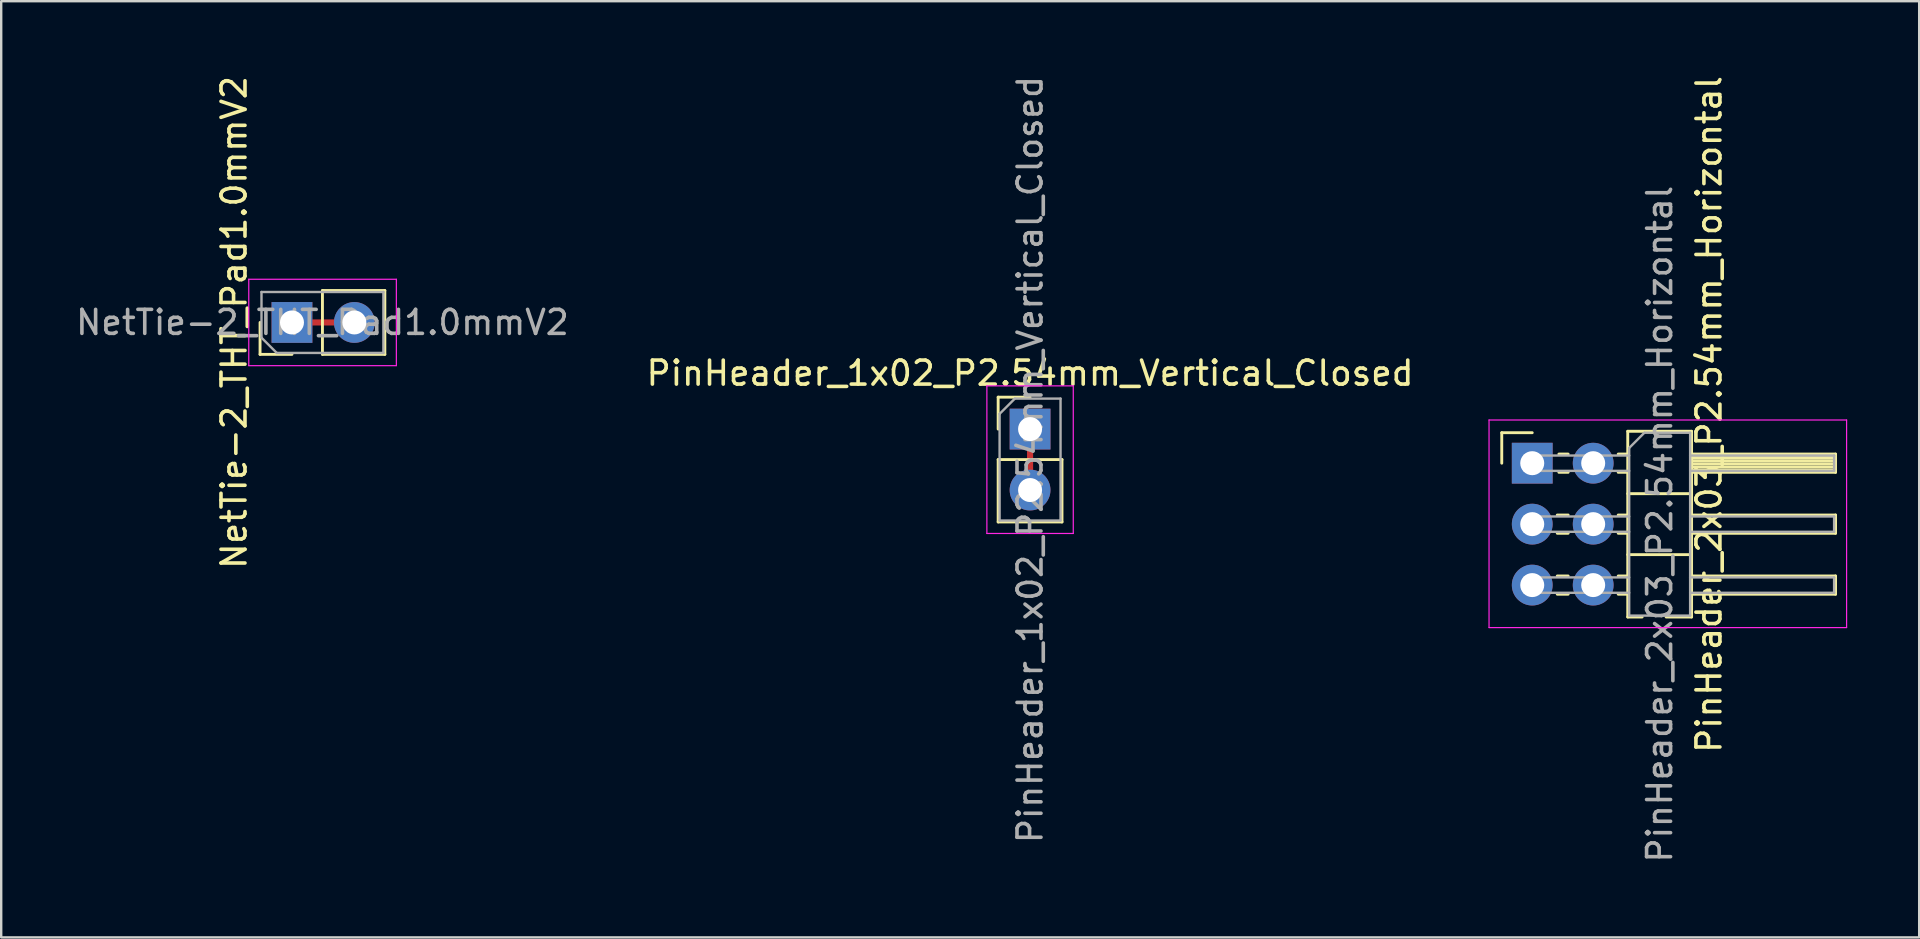
<source format=kicad_pcb>
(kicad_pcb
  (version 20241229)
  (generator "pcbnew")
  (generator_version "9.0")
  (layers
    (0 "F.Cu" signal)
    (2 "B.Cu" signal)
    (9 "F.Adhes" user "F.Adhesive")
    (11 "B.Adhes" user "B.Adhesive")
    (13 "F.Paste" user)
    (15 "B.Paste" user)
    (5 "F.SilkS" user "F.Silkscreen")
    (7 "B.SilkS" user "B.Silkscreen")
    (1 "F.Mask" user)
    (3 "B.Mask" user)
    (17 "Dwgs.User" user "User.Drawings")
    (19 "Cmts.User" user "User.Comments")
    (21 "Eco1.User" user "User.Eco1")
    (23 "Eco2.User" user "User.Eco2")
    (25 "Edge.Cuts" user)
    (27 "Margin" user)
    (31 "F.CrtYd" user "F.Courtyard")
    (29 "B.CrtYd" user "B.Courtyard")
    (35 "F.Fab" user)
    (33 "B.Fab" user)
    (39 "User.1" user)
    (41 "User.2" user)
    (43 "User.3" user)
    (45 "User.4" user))
  (footprint "PinHeader_2x03_P2.54mm_Horizontal"
    (layer "F.Cu")
    (at 60.801 16.252)
    (property "Reference" "PinHeader_2x03_P2.54mm_Horizontal" (at 7.366 -2.032 90) (layer "F.SilkS") (effects (font (size 1 1) (thickness 0.15))))
    (attr through_hole)
    (fp_line (start -1.27 -1.27) (end 0 -1.27) (stroke (width 0.12) (type solid)) (layer "F.SilkS"))
    (fp_line (start -1.27 0) (end -1.27 -1.27) (stroke (width 0.12) (type solid)) (layer "F.SilkS"))
    (fp_line (start 1.043 2.16) (end 1.497 2.16) (stroke (width 0.12) (type solid)) (layer "F.SilkS"))
    (fp_line (start 1.043 2.92) (end 1.497 2.92) (stroke (width 0.12) (type solid)) (layer "F.SilkS"))
    (fp_line (start 1.043 4.7) (end 1.497 4.7) (stroke (width 0.12) (type solid)) (layer "F.SilkS"))
    (fp_line (start 1.043 5.46) (end 1.497 5.46) (stroke (width 0.12) (type solid)) (layer "F.SilkS"))
    (fp_line (start 1.11 -0.38) (end 1.497 -0.38) (stroke (width 0.12) (type solid)) (layer "F.SilkS"))
    (fp_line (start 1.11 0.38) (end 1.497 0.38) (stroke (width 0.12) (type solid)) (layer "F.SilkS"))
    (fp_line (start 3.583 -0.38) (end 3.98 -0.38) (stroke (width 0.12) (type solid)) (layer "F.SilkS"))
    (fp_line (start 3.583 0.38) (end 3.98 0.38) (stroke (width 0.12) (type solid)) (layer "F.SilkS"))
    (fp_line (start 3.583 2.16) (end 3.98 2.16) (stroke (width 0.12) (type solid)) (layer "F.SilkS"))
    (fp_line (start 3.583 2.92) (end 3.98 2.92) (stroke (width 0.12) (type solid)) (layer "F.SilkS"))
    (fp_line (start 3.583 4.7) (end 3.98 4.7) (stroke (width 0.12) (type solid)) (layer "F.SilkS"))
    (fp_line (start 3.583 5.46) (end 3.98 5.46) (stroke (width 0.12) (type solid)) (layer "F.SilkS"))
    (fp_line (start 3.98 -1.33) (end 3.98 6.41) (stroke (width 0.12) (type solid)) (layer "F.SilkS"))
    (fp_line (start 3.98 1.27) (end 6.64 1.27) (stroke (width 0.12) (type solid)) (layer "F.SilkS"))
    (fp_line (start 3.98 3.81) (end 6.64 3.81) (stroke (width 0.12) (type solid)) (layer "F.SilkS"))
    (fp_line (start 3.98 6.41) (end 4.58 6.41) (stroke (width 0.12) (type solid)) (layer "F.SilkS"))
    (fp_line (start 5.58 6.41) (end 6.64 6.41) (stroke (width 0.12) (type solid)) (layer "F.SilkS"))
    (fp_line (start 6.64 -1.33) (end 3.98 -1.33) (stroke (width 0.12) (type solid)) (layer "F.SilkS"))
    (fp_line (start 6.64 -0.38) (end 12.64 -0.38) (stroke (width 0.12) (type solid)) (layer "F.SilkS"))
    (fp_line (start 6.64 -0.32) (end 12.64 -0.32) (stroke (width 0.12) (type solid)) (layer "F.SilkS"))
    (fp_line (start 6.64 -0.2) (end 12.64 -0.2) (stroke (width 0.12) (type solid)) (layer "F.SilkS"))
    (fp_line (start 6.64 -0.08) (end 12.64 -0.08) (stroke (width 0.12) (type solid)) (layer "F.SilkS"))
    (fp_line (start 6.64 0.04) (end 12.64 0.04) (stroke (width 0.12) (type solid)) (layer "F.SilkS"))
    (fp_line (start 6.64 0.16) (end 12.64 0.16) (stroke (width 0.12) (type solid)) (layer "F.SilkS"))
    (fp_line (start 6.64 0.28) (end 12.64 0.28) (stroke (width 0.12) (type solid)) (layer "F.SilkS"))
    (fp_line (start 6.64 2.16) (end 12.64 2.16) (stroke (width 0.12) (type solid)) (layer "F.SilkS"))
    (fp_line (start 6.64 4.7) (end 12.64 4.7) (stroke (width 0.12) (type solid)) (layer "F.SilkS"))
    (fp_line (start 6.64 6.41) (end 6.64 -1.33) (stroke (width 0.12) (type solid)) (layer "F.SilkS"))
    (fp_line (start 12.64 -0.38) (end 12.64 0.38) (stroke (width 0.12) (type solid)) (layer "F.SilkS"))
    (fp_line (start 12.64 0.38) (end 6.64 0.38) (stroke (width 0.12) (type solid)) (layer "F.SilkS"))
    (fp_line (start 12.64 2.16) (end 12.64 2.92) (stroke (width 0.12) (type solid)) (layer "F.SilkS"))
    (fp_line (start 12.64 2.92) (end 6.64 2.92) (stroke (width 0.12) (type solid)) (layer "F.SilkS"))
    (fp_line (start 12.64 4.7) (end 12.64 5.46) (stroke (width 0.12) (type solid)) (layer "F.SilkS"))
    (fp_line (start 12.64 5.46) (end 6.64 5.46) (stroke (width 0.12) (type solid)) (layer "F.SilkS"))
    (fp_line (start -1.8 -1.8) (end -1.8 6.85) (stroke (width 0.05) (type solid)) (layer "F.CrtYd"))
    (fp_line (start -1.8 6.85) (end 13.1 6.85) (stroke (width 0.05) (type solid)) (layer "F.CrtYd"))
    (fp_line (start 13.1 -1.8) (end -1.8 -1.8) (stroke (width 0.05) (type solid)) (layer "F.CrtYd"))
    (fp_line (start 13.1 6.85) (end 13.1 -1.8) (stroke (width 0.05) (type solid)) (layer "F.CrtYd"))
    (fp_line (start -0.32 -0.32) (end -0.32 0.32) (stroke (width 0.1) (type solid)) (layer "F.Fab"))
    (fp_line (start -0.32 -0.32) (end 4.04 -0.32) (stroke (width 0.1) (type solid)) (layer "F.Fab"))
    (fp_line (start -0.32 0.32) (end 4.04 0.32) (stroke (width 0.1) (type solid)) (layer "F.Fab"))
    (fp_line (start -0.32 2.22) (end -0.32 2.86) (stroke (width 0.1) (type solid)) (layer "F.Fab"))
    (fp_line (start -0.32 2.22) (end 4.04 2.22) (stroke (width 0.1) (type solid)) (layer "F.Fab"))
    (fp_line (start -0.32 2.86) (end 4.04 2.86) (stroke (width 0.1) (type solid)) (layer "F.Fab"))
    (fp_line (start -0.32 4.76) (end -0.32 5.4) (stroke (width 0.1) (type solid)) (layer "F.Fab"))
    (fp_line (start -0.32 4.76) (end 4.04 4.76) (stroke (width 0.1) (type solid)) (layer "F.Fab"))
    (fp_line (start -0.32 5.4) (end 4.04 5.4) (stroke (width 0.1) (type solid)) (layer "F.Fab"))
    (fp_line (start 4.04 -0.635) (end 4.675 -1.27) (stroke (width 0.1) (type solid)) (layer "F.Fab"))
    (fp_line (start 4.04 6.35) (end 4.04 -0.635) (stroke (width 0.1) (type solid)) (layer "F.Fab"))
    (fp_line (start 4.675 -1.27) (end 6.58 -1.27) (stroke (width 0.1) (type solid)) (layer "F.Fab"))
    (fp_line (start 6.58 -1.27) (end 6.58 6.35) (stroke (width 0.1) (type solid)) (layer "F.Fab"))
    (fp_line (start 6.58 -0.32) (end 12.58 -0.32) (stroke (width 0.1) (type solid)) (layer "F.Fab"))
    (fp_line (start 6.58 0.32) (end 12.58 0.32) (stroke (width 0.1) (type solid)) (layer "F.Fab"))
    (fp_line (start 6.58 2.22) (end 12.58 2.22) (stroke (width 0.1) (type solid)) (layer "F.Fab"))
    (fp_line (start 6.58 2.86) (end 12.58 2.86) (stroke (width 0.1) (type solid)) (layer "F.Fab"))
    (fp_line (start 6.58 4.76) (end 12.58 4.76) (stroke (width 0.1) (type solid)) (layer "F.Fab"))
    (fp_line (start 6.58 5.4) (end 12.58 5.4) (stroke (width 0.1) (type solid)) (layer "F.Fab"))
    (fp_line (start 6.58 6.35) (end 4.04 6.35) (stroke (width 0.1) (type solid)) (layer "F.Fab"))
    (fp_line (start 12.58 -0.32) (end 12.58 0.32) (stroke (width 0.1) (type solid)) (layer "F.Fab"))
    (fp_line (start 12.58 2.22) (end 12.58 2.86) (stroke (width 0.1) (type solid)) (layer "F.Fab"))
    (fp_line (start 12.58 4.76) (end 12.58 5.4) (stroke (width 0.1) (type solid)) (layer "F.Fab"))
    (fp_text user "${REFERENCE}" (at 5.31 2.54 270) (layer "F.Fab") (effects (font (size 1 1) (thickness 0.15))))
    (pad "1" thru_hole rect (at 0 0) (size 1.7 1.7) (drill 1) (layers "*.Cu" "*.Mask"))
    (pad "2" thru_hole oval (at 2.54 0) (size 1.7 1.7) (drill 1) (layers "*.Cu" "*.Mask"))
    (pad "3" thru_hole oval (at 0 2.54) (size 1.7 1.7) (drill 1) (layers "*.Cu" "*.Mask"))
    (pad "4" thru_hole oval (at 2.54 2.54) (size 1.7 1.7) (drill 1) (layers "*.Cu" "*.Mask"))
    (pad "5" thru_hole oval (at 0 5.08) (size 1.7 1.7) (drill 1) (layers "*.Cu" "*.Mask"))
    (pad "6" thru_hole oval (at 2.54 5.08) (size 1.7 1.7) (drill 1) (layers "*.Cu" "*.Mask")))
  (footprint "NetTie-2_THT_Pad1.0mmV2"
    (layer "F.Cu")
    (at 9.117 10.387)
    (property "Reference" "NetTie-2_THT_Pad1.0mmV2" (at -2.413 0 270) (layer "F.SilkS") (effects (font (size 1 1) (thickness 0.15))))
    (attr exclude_from_pos_files)
    (fp_poly (pts (xy 0 -0.127) (xy 2.6 -0.127) (xy 2.6 0.127) (xy 0 0.127)) (stroke (width 0) (type solid)) (fill yes) (layer "F.Cu"))
    (fp_line (start -1.33 1.33) (end -1.33 0) (stroke (width 0.12) (type solid)) (layer "F.SilkS"))
    (fp_line (start 0 1.33) (end -1.33 1.33) (stroke (width 0.12) (type solid)) (layer "F.SilkS"))
    (fp_line (start 1.27 -1.33) (end 3.87 -1.33) (stroke (width 0.12) (type solid)) (layer "F.SilkS"))
    (fp_line (start 1.27 1.33) (end 1.27 -1.33) (stroke (width 0.12) (type solid)) (layer "F.SilkS"))
    (fp_line (start 1.27 1.33) (end 3.87 1.33) (stroke (width 0.12) (type solid)) (layer "F.SilkS"))
    (fp_line (start 3.87 1.33) (end 3.87 -1.33) (stroke (width 0.12) (type solid)) (layer "F.SilkS"))
    (fp_line (start -1.8 -1.8) (end -1.8 1.8) (stroke (width 0.05) (type solid)) (layer "F.CrtYd"))
    (fp_line (start -1.8 1.8) (end 4.35 1.8) (stroke (width 0.05) (type solid)) (layer "F.CrtYd"))
    (fp_line (start 4.35 -1.8) (end -1.8 -1.8) (stroke (width 0.05) (type solid)) (layer "F.CrtYd"))
    (fp_line (start 4.35 1.8) (end 4.35 -1.8) (stroke (width 0.05) (type solid)) (layer "F.CrtYd"))
    (fp_line (start -1.27 -1.27) (end 3.81 -1.27) (stroke (width 0.1) (type solid)) (layer "F.Fab"))
    (fp_line (start -1.27 0.635) (end -1.27 -1.27) (stroke (width 0.1) (type solid)) (layer "F.Fab"))
    (fp_line (start -0.635 1.27) (end -1.27 0.635) (stroke (width 0.1) (type solid)) (layer "F.Fab"))
    (fp_line (start 3.81 -1.27) (end 3.81 1.27) (stroke (width 0.1) (type solid)) (layer "F.Fab"))
    (fp_line (start 3.81 1.27) (end -0.635 1.27) (stroke (width 0.1) (type solid)) (layer "F.Fab"))
    (fp_text user "${REFERENCE}" (at 1.27 0 180) (layer "F.Fab") (effects (font (size 1 1) (thickness 0.15))))
    (pad "1" thru_hole rect (at 0 0) (size 1.7 1.7) (drill 1) (layers "*.Cu" "*.Mask"))
    (pad "2" thru_hole circle (at 2.6 0) (size 1.7 1.7) (drill 1) (layers "*.Cu" "*.Mask")))
  (footprint "PinHeader_1x02_P2.54mm_Vertical_Closed"
    (layer "F.Cu")
    (at 39.875 14.831)
    (property "Reference" "PinHeader_1x02_P2.54mm_Vertical_Closed" (at 0 -2.33 0) (layer "F.SilkS") (effects (font (size 1 1) (thickness 0.15))))
    (attr exclude_from_pos_files)
    (fp_poly (pts (xy -0.127 2.54) (xy 0.127 2.54) (xy 0.127 0) (xy -0.127 0)) (stroke (width 0) (type solid)) (fill yes) (layer "F.Cu"))
    (fp_line (start -1.33 -1.33) (end 0 -1.33) (stroke (width 0.12) (type solid)) (layer "F.SilkS"))
    (fp_line (start -1.33 0) (end -1.33 -1.33) (stroke (width 0.12) (type solid)) (layer "F.SilkS"))
    (fp_line (start -1.33 1.27) (end -1.33 3.87) (stroke (width 0.12) (type solid)) (layer "F.SilkS"))
    (fp_line (start -1.33 1.27) (end 1.33 1.27) (stroke (width 0.12) (type solid)) (layer "F.SilkS"))
    (fp_line (start -1.33 3.87) (end 1.33 3.87) (stroke (width 0.12) (type solid)) (layer "F.SilkS"))
    (fp_line (start 1.33 1.27) (end 1.33 3.87) (stroke (width 0.12) (type solid)) (layer "F.SilkS"))
    (fp_line (start -1.8 -1.8) (end -1.8 4.35) (stroke (width 0.05) (type solid)) (layer "F.CrtYd"))
    (fp_line (start -1.8 4.35) (end 1.8 4.35) (stroke (width 0.05) (type solid)) (layer "F.CrtYd"))
    (fp_line (start 1.8 -1.8) (end -1.8 -1.8) (stroke (width 0.05) (type solid)) (layer "F.CrtYd"))
    (fp_line (start 1.8 4.35) (end 1.8 -1.8) (stroke (width 0.05) (type solid)) (layer "F.CrtYd"))
    (fp_line (start -1.27 -0.635) (end -0.635 -1.27) (stroke (width 0.1) (type solid)) (layer "F.Fab"))
    (fp_line (start -1.27 3.81) (end -1.27 -0.635) (stroke (width 0.1) (type solid)) (layer "F.Fab"))
    (fp_line (start -0.635 -1.27) (end 1.27 -1.27) (stroke (width 0.1) (type solid)) (layer "F.Fab"))
    (fp_line (start 1.27 -1.27) (end 1.27 3.81) (stroke (width 0.1) (type solid)) (layer "F.Fab"))
    (fp_line (start 1.27 3.81) (end -1.27 3.81) (stroke (width 0.1) (type solid)) (layer "F.Fab"))
    (fp_text user "${REFERENCE}" (at 0 1.27 90) (layer "F.Fab") (effects (font (size 1 1) (thickness 0.15))))
    (pad "1" thru_hole rect (at 0 0) (size 1.7 1.7) (drill 1) (layers "*.Cu" "*.Mask"))
    (pad "2" thru_hole circle (at 0 2.54) (size 1.7 1.7) (drill 1) (layers "*.Cu" "*.Mask")))
  (gr_rect
    (start -3 -3)
    (end 76.926 36.012)
    (stroke (width 0.1) (type default))
    (fill no)
    (layer "Edge.Cuts")))
</source>
